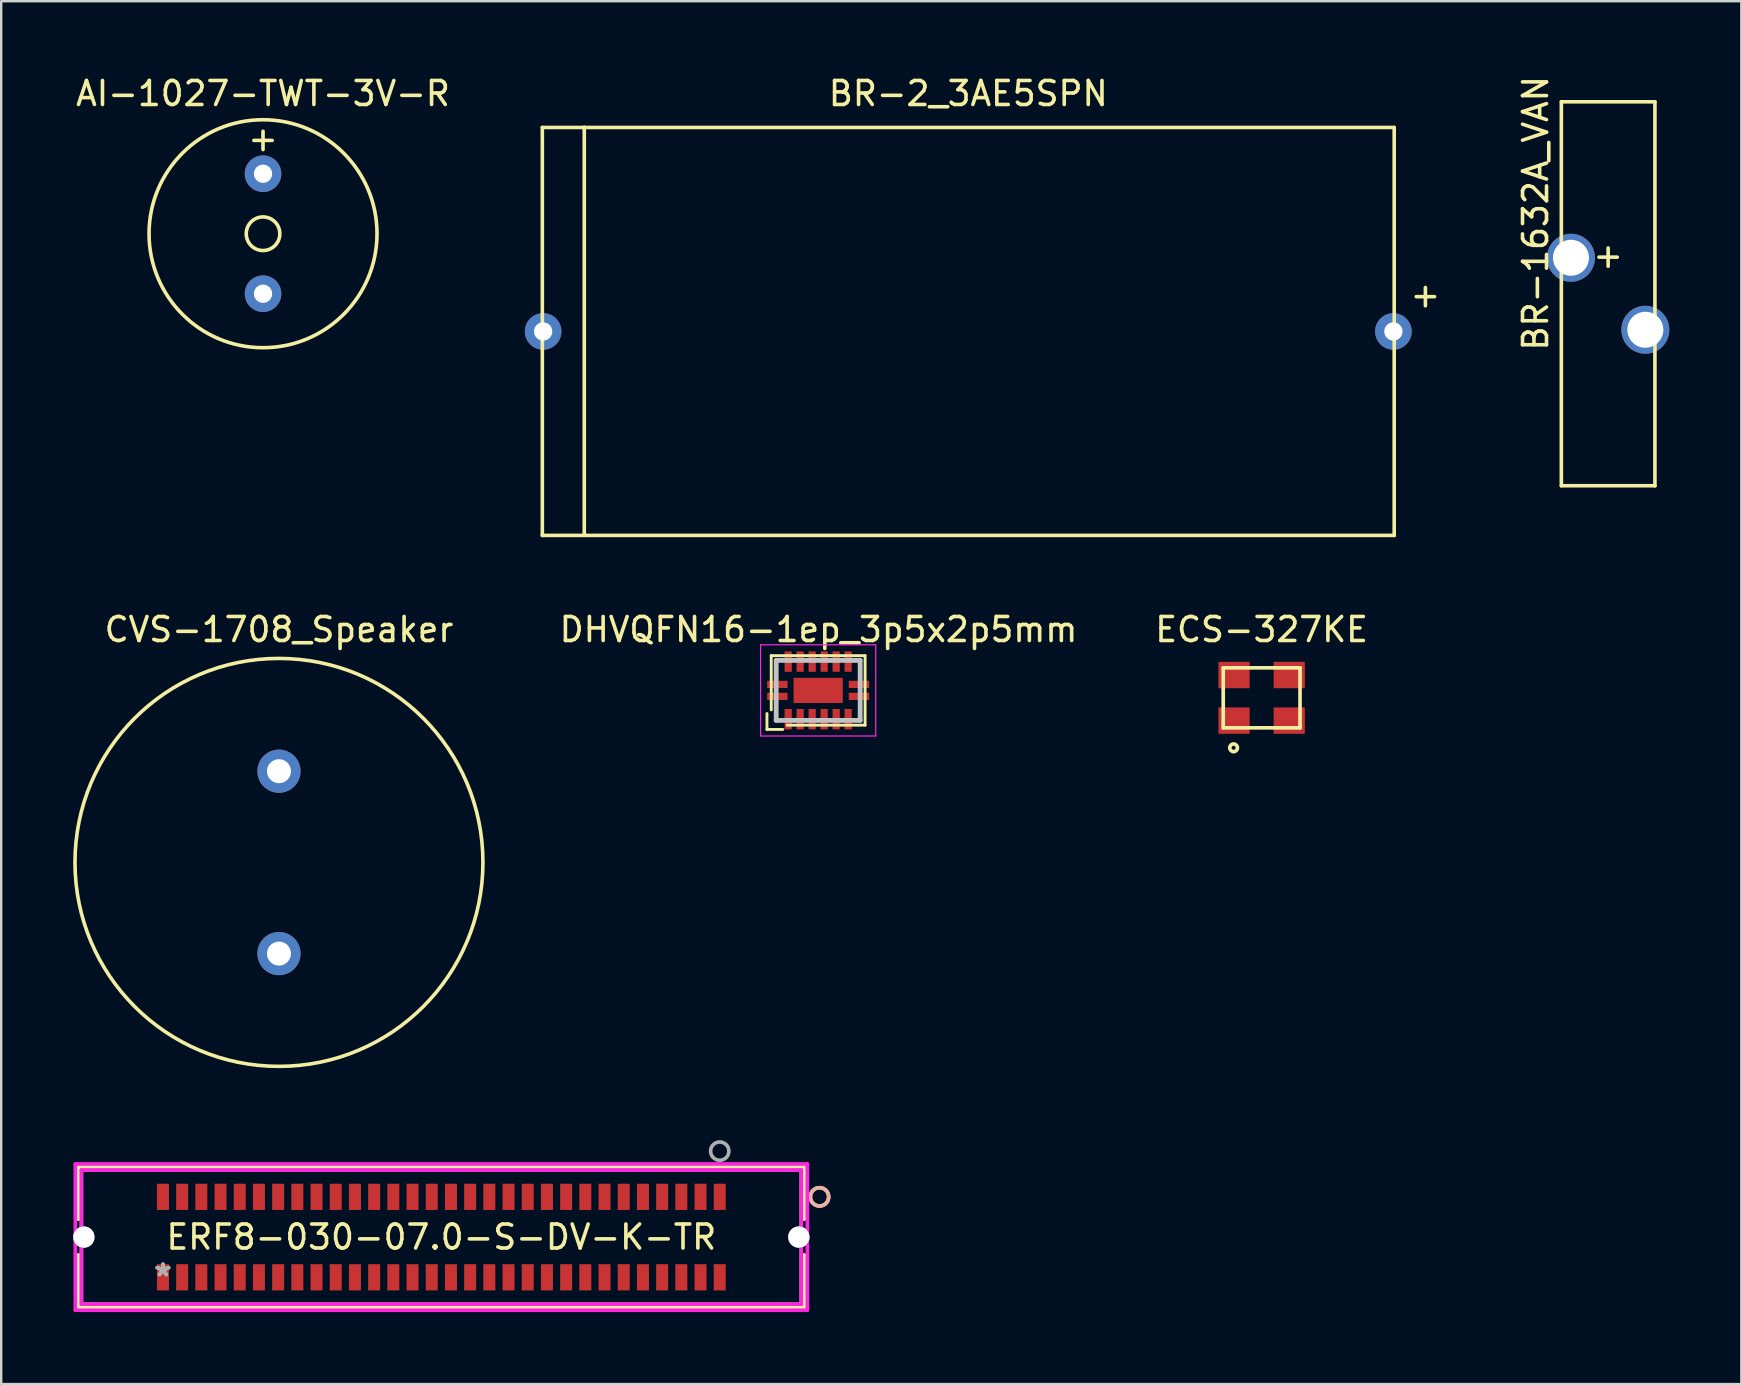
<source format=kicad_pcb>
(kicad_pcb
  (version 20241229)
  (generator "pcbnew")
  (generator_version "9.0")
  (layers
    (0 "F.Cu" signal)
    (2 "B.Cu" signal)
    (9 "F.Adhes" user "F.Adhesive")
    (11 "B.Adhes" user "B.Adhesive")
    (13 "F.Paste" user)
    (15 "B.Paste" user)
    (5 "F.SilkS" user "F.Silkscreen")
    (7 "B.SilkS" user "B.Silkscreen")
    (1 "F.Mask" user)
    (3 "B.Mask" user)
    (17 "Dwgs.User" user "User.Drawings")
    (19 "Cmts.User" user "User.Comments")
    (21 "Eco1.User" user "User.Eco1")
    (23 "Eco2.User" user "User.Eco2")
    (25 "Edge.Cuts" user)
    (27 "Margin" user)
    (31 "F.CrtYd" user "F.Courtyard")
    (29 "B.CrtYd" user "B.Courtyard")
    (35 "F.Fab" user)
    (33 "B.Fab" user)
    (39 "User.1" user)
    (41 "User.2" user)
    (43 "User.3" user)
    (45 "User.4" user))
  (footprint "BR-2_3AE5SPN"
    (layer "F.Cu")
    (at 37.3 10.762)
    (property "Reference" "BR-2_3AE5SPN" (at 0 -9.914 0) (layer "F.SilkS") (effects (font (size 1 1) (thickness 0.15))))
    (attr through_hole)
    (fp_line (start -17.75 -8.5) (end 17.75 -8.5) (stroke (width 0.15) (type solid)) (layer "F.SilkS"))
    (fp_line (start -17.75 8.5) (end -17.75 -8.5) (stroke (width 0.15) (type solid)) (layer "F.SilkS"))
    (fp_line (start -16.002 -8.509) (end -16.002 8.445) (stroke (width 0.15) (type solid)) (layer "F.SilkS"))
    (fp_line (start 17.75 -8.5) (end 17.75 8.5) (stroke (width 0.15) (type solid)) (layer "F.SilkS"))
    (fp_line (start 17.75 8.5) (end -17.75 8.5) (stroke (width 0.15) (type solid)) (layer "F.SilkS"))
    (fp_text user "+" (at 19.05 -1.524 0) (layer "F.SilkS") (effects (font (size 1 1) (thickness 0.15))))
    (pad "1" thru_hole circle (at 17.716 0) (size 1.524 1.524) (drill 0.762) (layers "*.Cu" "*.Mask"))
    (pad "2" thru_hole circle (at -17.716 0) (size 1.524 1.524) (drill 0.762) (layers "*.Cu" "*.Mask")))
  (footprint "BR-1632A_VAN"
    (layer "F.Cu")
    (at 63.965 9.192)
    (property "Reference" "BR-1632A_VAN" (at -3.023 -3.353 90) (layer "F.SilkS") (effects (font (size 1 1) (thickness 0.15))))
    (attr through_hole)
    (fp_line (start -1.95 -8) (end 1.95 -8) (stroke (width 0.15) (type solid)) (layer "F.SilkS"))
    (fp_line (start -1.95 8) (end -1.95 -8) (stroke (width 0.15) (type solid)) (layer "F.SilkS"))
    (fp_line (start 1.95 -8) (end 1.95 8) (stroke (width 0.15) (type solid)) (layer "F.SilkS"))
    (fp_line (start 1.95 8) (end -1.95 8) (stroke (width 0.15) (type solid)) (layer "F.SilkS"))
    (fp_text user "+" (at 0 -1.6 0) (layer "F.SilkS") (effects (font (size 1 1) (thickness 0.15))))
    (pad "1" thru_hole circle (at -1.55 -1.5) (size 2 2) (drill 1.5) (layers "*.Cu" "*.Mask"))
    (pad "2" thru_hole circle (at 1.55 1.5) (size 2 2) (drill 1.5) (layers "*.Cu" "*.Mask")))
  (footprint "CVS-1708_Speaker"
    (layer "F.Cu")
    (at 8.575 32.888)
    (property "Reference" "CVS-1708_Speaker" (at 0 -9.703 0) (layer "F.SilkS") (effects (font (size 1 1) (thickness 0.15))))
    (attr through_hole)
    (fp_circle (center 0 0) (end 8.5 0) (stroke (width 0.15) (type solid)) (fill no) (layer "F.SilkS"))
    (pad "1" thru_hole circle (at 0 -3.8) (size 1.8 1.8) (drill 1) (layers "*.Cu" "*.Mask"))
    (pad "2" thru_hole circle (at 0 3.8) (size 1.8 1.8) (drill 1) (layers "*.Cu" "*.Mask")))
  (footprint "DHVQFN16-1ep_3p5x2p5mm"
    (layer "F.Cu")
    (at 31.045 25.721)
    (property "Reference" "DHVQFN16-1ep_3p5x2p5mm" (at 0.015 -2.536 180) (layer "F.SilkS") (effects (font (size 1 1) (thickness 0.15))))
    (attr smd)
    (fp_line (start -2.134 0.965) (end -2.134 1.626) (stroke (width 0.12) (type solid)) (layer "F.SilkS"))
    (fp_line (start -1.956 -1.448) (end -1.956 0.813) (stroke (width 0.12) (type solid)) (layer "F.SilkS"))
    (fp_line (start -1.473 1.626) (end -2.134 1.626) (stroke (width 0.12) (type solid)) (layer "F.SilkS"))
    (fp_line (start 1.956 -1.448) (end -1.956 -1.448) (stroke (width 0.12) (type solid)) (layer "F.SilkS"))
    (fp_line (start 1.956 -1.448) (end 1.956 1.448) (stroke (width 0.12) (type solid)) (layer "F.SilkS"))
    (fp_line (start 1.956 1.448) (end -1.295 1.448) (stroke (width 0.12) (type solid)) (layer "F.SilkS"))
    (fp_line (start -1.75 -1.25) (end -1.75 1.25) (stroke (width 0.2) (type solid)) (layer "Dwgs.User"))
    (fp_line (start 1.75 -1.25) (end -1.75 -1.25) (stroke (width 0.2) (type solid)) (layer "Dwgs.User"))
    (fp_line (start 1.75 -1.25) (end 1.75 1.25) (stroke (width 0.2) (type solid)) (layer "Dwgs.User"))
    (fp_line (start 1.75 1.25) (end -1.75 1.25) (stroke (width 0.2) (type solid)) (layer "Dwgs.User"))
    (fp_line (start -2.4 -1.9) (end 2.4 -1.9) (stroke (width 0.05) (type solid)) (layer "F.CrtYd"))
    (fp_line (start -2.4 1.9) (end -2.4 -1.9) (stroke (width 0.05) (type solid)) (layer "F.CrtYd"))
    (fp_line (start 2.4 -1.9) (end 2.4 1.9) (stroke (width 0.05) (type solid)) (layer "F.CrtYd"))
    (fp_line (start 2.4 1.9) (end -2.4 1.9) (stroke (width 0.05) (type solid)) (layer "F.CrtYd"))
    (pad "1" smd rect (at -1.7 0.25 180) (size 0.85 0.3) (layers "F.Cu" "F.Mask" "F.Paste"))
    (pad "2" smd rect (at -1.25 1.2 90) (size 0.85 0.3) (layers "F.Cu" "F.Mask" "F.Paste"))
    (pad "3" smd rect (at -0.75 1.2 90) (size 0.85 0.3) (layers "F.Cu" "F.Mask" "F.Paste"))
    (pad "4" smd rect (at -0.25 1.2 90) (size 0.85 0.3) (layers "F.Cu" "F.Mask" "F.Paste"))
    (pad "5" smd rect (at 0.25 1.2 90) (size 0.85 0.3) (layers "F.Cu" "F.Mask" "F.Paste"))
    (pad "6" smd rect (at 0.75 1.2 90) (size 0.85 0.3) (layers "F.Cu" "F.Mask" "F.Paste"))
    (pad "7" smd rect (at 1.25 1.2 90) (size 0.85 0.3) (layers "F.Cu" "F.Mask" "F.Paste"))
    (pad "8" smd rect (at 1.7 0.25 180) (size 0.85 0.3) (layers "F.Cu" "F.Mask" "F.Paste"))
    (pad "9" smd rect (at 1.7 -0.25 180) (size 0.85 0.3) (layers "F.Cu" "F.Mask" "F.Paste"))
    (pad "10" smd rect (at 1.25 -1.2 90) (size 0.85 0.3) (layers "F.Cu" "F.Mask" "F.Paste"))
    (pad "11" smd rect (at 0.75 -1.2 90) (size 0.85 0.3) (layers "F.Cu" "F.Mask" "F.Paste"))
    (pad "12" smd rect (at 0.25 -1.2 90) (size 0.85 0.3) (layers "F.Cu" "F.Mask" "F.Paste"))
    (pad "13" smd rect (at -0.25 -1.2 90) (size 0.85 0.3) (layers "F.Cu" "F.Mask" "F.Paste"))
    (pad "14" smd rect (at -0.75 -1.2 90) (size 0.85 0.3) (layers "F.Cu" "F.Mask" "F.Paste"))
    (pad "15" smd rect (at -1.25 -1.2 90) (size 0.85 0.3) (layers "F.Cu" "F.Mask" "F.Paste"))
    (pad "16" smd rect (at -1.7 -0.25 180) (size 0.85 0.3) (layers "F.Cu" "F.Mask" "F.Paste"))
    (pad "17" smd rect (at 0 0) (size 2.05 1.05) (layers "F.Cu" "F.Mask" "F.Paste")))
  (footprint "AI-1027-TWT-3V-R"
    (layer "F.Cu")
    (at 7.911 6.69)
    (property "Reference" "AI-1027-TWT-3V-R" (at 0 -5.842 0) (layer "F.SilkS") (effects (font (size 1 1) (thickness 0.15))))
    (attr through_hole)
    (fp_circle (center 0 0) (end 0.7 0) (stroke (width 0.15) (type solid)) (fill no) (layer "F.SilkS"))
    (fp_circle (center 0 0) (end 4.75 0) (stroke (width 0.15) (type solid)) (fill no) (layer "F.SilkS"))
    (fp_text user "+" (at 0 -3.962 0) (layer "F.SilkS") (effects (font (size 1 1) (thickness 0.15))))
    (pad "1" thru_hole circle (at 0 -2.5) (size 1.524 1.524) (drill 0.762) (layers "*.Cu" "*.Mask"))
    (pad "2" thru_hole circle (at 0 2.5) (size 1.524 1.524) (drill 0.762) (layers "*.Cu" "*.Mask")))
  (footprint "ECS-327KE"
    (layer "F.Cu")
    (at 49.525 26.03)
    (property "Reference" "ECS-327KE" (at 0 -2.845 0) (layer "F.SilkS") (effects (font (size 1 1) (thickness 0.15))))
    (attr through_hole)
    (fp_line (start -1.6 -1.25) (end 1.6 -1.25) (stroke (width 0.152) (type solid)) (layer "F.SilkS"))
    (fp_line (start -1.6 1.25) (end -1.6 -1.25) (stroke (width 0.152) (type solid)) (layer "F.SilkS"))
    (fp_line (start 1.6 -1.25) (end 1.6 1.25) (stroke (width 0.152) (type solid)) (layer "F.SilkS"))
    (fp_line (start 1.6 1.25) (end -1.6 1.25) (stroke (width 0.152) (type solid)) (layer "F.SilkS"))
    (fp_circle (center -1.168 2.083) (end -1.016 2.032) (stroke (width 0.152) (type solid)) (fill no) (layer "F.SilkS"))
    (pad "1" smd rect (at -1.15 0.95) (size 1.3 1.1) (layers "F.Cu" "F.Mask" "F.Paste"))
    (pad "2" smd rect (at 1.15 0.95) (size 1.3 1.1) (layers "F.Cu" "F.Mask" "F.Paste"))
    (pad "3" smd rect (at 1.15 -0.95) (size 1.3 1.1) (layers "F.Cu" "F.Mask" "F.Paste"))
    (pad "4" smd rect (at -1.15 -0.95) (size 1.3 1.1) (layers "F.Cu" "F.Mask" "F.Paste")))
  (footprint "ERF8-030-07.0-S-DV-K-TR"
    (layer "F.Cu")
    (at 3.74 50.178)
    (property "Reference" "ERF8-030-07.0-S-DV-K-TR" (at 11.601 -1.676 0) (layer "F.SilkS") (effects (font (size 1 1) (thickness 0.15))))
    (attr through_hole)
    (fp_line (start -3.524 -4.597) (end -3.524 -2.419) (stroke (width 0.152) (type solid)) (layer "F.SilkS"))
    (fp_line (start -3.524 -0.934) (end -3.524 1.245) (stroke (width 0.152) (type solid)) (layer "F.SilkS"))
    (fp_line (start -3.524 1.245) (end 26.727 1.245) (stroke (width 0.152) (type solid)) (layer "F.SilkS"))
    (fp_line (start 26.727 -4.597) (end -3.524 -4.597) (stroke (width 0.152) (type solid)) (layer "F.SilkS"))
    (fp_line (start 26.727 -2.419) (end 26.727 -4.597) (stroke (width 0.152) (type solid)) (layer "F.SilkS"))
    (fp_line (start 26.727 1.245) (end 26.727 -0.934) (stroke (width 0.152) (type solid)) (layer "F.SilkS"))
    (fp_circle (center 27.362 -3.353) (end 27.743 -3.353) (stroke (width 0.152) (type solid)) (fill no) (layer "F.SilkS"))
    (fp_circle (center 27.362 -3.353) (end 27.743 -3.353) (stroke (width 0.152) (type solid)) (fill no) (layer "B.SilkS"))
    (fp_line (start -3.651 -4.724) (end -3.651 1.372) (stroke (width 0.152) (type solid)) (layer "F.CrtYd"))
    (fp_line (start -3.651 1.372) (end 26.854 1.372) (stroke (width 0.152) (type solid)) (layer "F.CrtYd"))
    (fp_line (start -3.397 -4.47) (end -3.397 1.118) (stroke (width 0.152) (type solid)) (layer "F.CrtYd"))
    (fp_line (start -3.397 1.118) (end 26.6 1.118) (stroke (width 0.152) (type solid)) (layer "F.CrtYd"))
    (fp_line (start 26.6 -4.47) (end -3.397 -4.47) (stroke (width 0.152) (type solid)) (layer "F.CrtYd"))
    (fp_line (start 26.6 1.118) (end 26.6 -4.47) (stroke (width 0.152) (type solid)) (layer "F.CrtYd"))
    (fp_line (start 26.854 -4.724) (end -3.651 -4.724) (stroke (width 0.152) (type solid)) (layer "F.CrtYd"))
    (fp_line (start 26.854 1.372) (end 26.854 -4.724) (stroke (width 0.152) (type solid)) (layer "F.CrtYd"))
    (fp_line (start -3.397 -4.47) (end -3.397 1.118) (stroke (width 0.152) (type solid)) (layer "F.Fab"))
    (fp_line (start -3.397 1.118) (end 26.6 1.118) (stroke (width 0.152) (type solid)) (layer "F.Fab"))
    (fp_line (start 26.6 -4.47) (end -3.397 -4.47) (stroke (width 0.152) (type solid)) (layer "F.Fab"))
    (fp_line (start 26.6 1.118) (end 26.6 -4.47) (stroke (width 0.152) (type solid)) (layer "F.Fab"))
    (fp_circle (center 23.203 -5.258) (end 23.584 -5.258) (stroke (width 0.152) (type solid)) (fill no) (layer "F.Fab"))
    (fp_text user "*" (at 0 0 0) (layer "F.SilkS") (effects (font (size 1 1) (thickness 0.15))))
    (fp_text user "Copyright 2016 Accelerated Designs. All rights reserved." (at 0 0 0) (layer "Cmts.User") (effects (font (size 0.127 0.127) (thickness 0.002))))
    (fp_text user "*" (at 0 0 0) (layer "F.Fab") (effects (font (size 1 1) (thickness 0.15))))
    (pad "1" smd rect (at 23.203 -3.353) (size 0.5 1.092) (layers "F.Cu" "F.Mask" "F.Paste"))
    (pad "2" smd rect (at 23.203 0) (size 0.5 1.092) (layers "F.Cu" "F.Mask" "F.Paste"))
    (pad "3" smd rect (at 22.403 -3.353) (size 0.5 1.092) (layers "F.Cu" "F.Mask" "F.Paste"))
    (pad "4" smd rect (at 22.403 0) (size 0.5 1.092) (layers "F.Cu" "F.Mask" "F.Paste"))
    (pad "5" smd rect (at 21.603 -3.353) (size 0.5 1.092) (layers "F.Cu" "F.Mask" "F.Paste"))
    (pad "6" smd rect (at 21.603 0) (size 0.5 1.092) (layers "F.Cu" "F.Mask" "F.Paste"))
    (pad "7" smd rect (at 20.803 -3.353) (size 0.5 1.092) (layers "F.Cu" "F.Mask" "F.Paste"))
    (pad "8" smd rect (at 20.803 0) (size 0.5 1.092) (layers "F.Cu" "F.Mask" "F.Paste"))
    (pad "9" smd rect (at 20.003 -3.353) (size 0.5 1.092) (layers "F.Cu" "F.Mask" "F.Paste"))
    (pad "10" smd rect (at 20.003 0) (size 0.5 1.092) (layers "F.Cu" "F.Mask" "F.Paste"))
    (pad "11" smd rect (at 19.202 -3.353) (size 0.5 1.092) (layers "F.Cu" "F.Mask" "F.Paste"))
    (pad "12" smd rect (at 19.202 0) (size 0.5 1.092) (layers "F.Cu" "F.Mask" "F.Paste"))
    (pad "13" smd rect (at 18.402 -3.353) (size 0.5 1.092) (layers "F.Cu" "F.Mask" "F.Paste"))
    (pad "14" smd rect (at 18.402 0) (size 0.5 1.092) (layers "F.Cu" "F.Mask" "F.Paste"))
    (pad "15" smd rect (at 17.602 -3.353) (size 0.5 1.092) (layers "F.Cu" "F.Mask" "F.Paste"))
    (pad "16" smd rect (at 17.602 0) (size 0.5 1.092) (layers "F.Cu" "F.Mask" "F.Paste"))
    (pad "17" smd rect (at 16.802 -3.353) (size 0.5 1.092) (layers "F.Cu" "F.Mask" "F.Paste"))
    (pad "18" smd rect (at 16.802 0) (size 0.5 1.092) (layers "F.Cu" "F.Mask" "F.Paste"))
    (pad "19" smd rect (at 16.002 -3.353) (size 0.5 1.092) (layers "F.Cu" "F.Mask" "F.Paste"))
    (pad "20" smd rect (at 16.002 0) (size 0.5 1.092) (layers "F.Cu" "F.Mask" "F.Paste"))
    (pad "21" smd rect (at 15.202 -3.353) (size 0.5 1.092) (layers "F.Cu" "F.Mask" "F.Paste"))
    (pad "22" smd rect (at 15.202 0) (size 0.5 1.092) (layers "F.Cu" "F.Mask" "F.Paste"))
    (pad "23" smd rect (at 14.402 -3.353) (size 0.5 1.092) (layers "F.Cu" "F.Mask" "F.Paste"))
    (pad "24" smd rect (at 14.402 0) (size 0.5 1.092) (layers "F.Cu" "F.Mask" "F.Paste"))
    (pad "25" smd rect (at 13.602 -3.353) (size 0.5 1.092) (layers "F.Cu" "F.Mask" "F.Paste"))
    (pad "26" smd rect (at 13.602 0) (size 0.5 1.092) (layers "F.Cu" "F.Mask" "F.Paste"))
    (pad "27" smd rect (at 12.802 -3.353) (size 0.5 1.092) (layers "F.Cu" "F.Mask" "F.Paste"))
    (pad "28" smd rect (at 12.802 0) (size 0.5 1.092) (layers "F.Cu" "F.Mask" "F.Paste"))
    (pad "29" smd rect (at 12.002 -3.353) (size 0.5 1.092) (layers "F.Cu" "F.Mask" "F.Paste"))
    (pad "30" smd rect (at 12.002 0) (size 0.5 1.092) (layers "F.Cu" "F.Mask" "F.Paste"))
    (pad "31" smd rect (at 11.201 -3.353) (size 0.5 1.092) (layers "F.Cu" "F.Mask" "F.Paste"))
    (pad "32" smd rect (at 11.201 0) (size 0.5 1.092) (layers "F.Cu" "F.Mask" "F.Paste"))
    (pad "33" smd rect (at 10.401 -3.353) (size 0.5 1.092) (layers "F.Cu" "F.Mask" "F.Paste"))
    (pad "34" smd rect (at 10.401 0) (size 0.5 1.092) (layers "F.Cu" "F.Mask" "F.Paste"))
    (pad "35" smd rect (at 9.601 -3.353) (size 0.5 1.092) (layers "F.Cu" "F.Mask" "F.Paste"))
    (pad "36" smd rect (at 9.601 0) (size 0.5 1.092) (layers "F.Cu" "F.Mask" "F.Paste"))
    (pad "37" smd rect (at 8.801 -3.353) (size 0.5 1.092) (layers "F.Cu" "F.Mask" "F.Paste"))
    (pad "38" smd rect (at 8.801 0) (size 0.5 1.092) (layers "F.Cu" "F.Mask" "F.Paste"))
    (pad "39" smd rect (at 8.001 -3.353) (size 0.5 1.092) (layers "F.Cu" "F.Mask" "F.Paste"))
    (pad "40" smd rect (at 8.001 0) (size 0.5 1.092) (layers "F.Cu" "F.Mask" "F.Paste"))
    (pad "41" smd rect (at 7.201 -3.353) (size 0.5 1.092) (layers "F.Cu" "F.Mask" "F.Paste"))
    (pad "42" smd rect (at 7.201 0) (size 0.5 1.092) (layers "F.Cu" "F.Mask" "F.Paste"))
    (pad "43" smd rect (at 6.401 -3.353) (size 0.5 1.092) (layers "F.Cu" "F.Mask" "F.Paste"))
    (pad "44" smd rect (at 6.401 0) (size 0.5 1.092) (layers "F.Cu" "F.Mask" "F.Paste"))
    (pad "45" smd rect (at 5.601 -3.353) (size 0.5 1.092) (layers "F.Cu" "F.Mask" "F.Paste"))
    (pad "46" smd rect (at 5.601 0) (size 0.5 1.092) (layers "F.Cu" "F.Mask" "F.Paste"))
    (pad "47" smd rect (at 4.801 -3.353) (size 0.5 1.092) (layers "F.Cu" "F.Mask" "F.Paste"))
    (pad "48" smd rect (at 4.801 0) (size 0.5 1.092) (layers "F.Cu" "F.Mask" "F.Paste"))
    (pad "49" smd rect (at 4 -3.353) (size 0.5 1.092) (layers "F.Cu" "F.Mask" "F.Paste"))
    (pad "50" smd rect (at 4 0) (size 0.5 1.092) (layers "F.Cu" "F.Mask" "F.Paste"))
    (pad "51" smd rect (at 3.2 -3.353) (size 0.5 1.092) (layers "F.Cu" "F.Mask" "F.Paste"))
    (pad "52" smd rect (at 3.2 0) (size 0.5 1.092) (layers "F.Cu" "F.Mask" "F.Paste"))
    (pad "53" smd rect (at 2.4 -3.353) (size 0.5 1.092) (layers "F.Cu" "F.Mask" "F.Paste"))
    (pad "54" smd rect (at 2.4 0) (size 0.5 1.092) (layers "F.Cu" "F.Mask" "F.Paste"))
    (pad "55" smd rect (at 1.6 -3.353) (size 0.5 1.092) (layers "F.Cu" "F.Mask" "F.Paste"))
    (pad "56" smd rect (at 1.6 0) (size 0.5 1.092) (layers "F.Cu" "F.Mask" "F.Paste"))
    (pad "57" smd rect (at 0.8 -3.353) (size 0.5 1.092) (layers "F.Cu" "F.Mask" "F.Paste"))
    (pad "58" smd rect (at 0.8 0) (size 0.5 1.092) (layers "F.Cu" "F.Mask" "F.Paste"))
    (pad "59" smd rect (at 0 -3.353) (size 0.5 1.092) (layers "F.Cu" "F.Mask" "F.Paste"))
    (pad "60" smd rect (at 0 0) (size 0.5 1.092) (layers "F.Cu" "F.Mask" "F.Paste"))
    (pad "61" thru_hole circle (at -3.296 -1.676) (size 0.889 0.889) (drill 0.889) (layers "*.Cu" "*.Mask"))
    (pad "62" thru_hole circle (at 26.499 -1.676) (size 0.889 0.889) (drill 0.889) (layers "*.Cu" "*.Mask")))
  (gr_rect
    (start -3 -3)
    (end 69.515 54.626)
    (stroke (width 0.1) (type default))
    (fill no)
    (layer "Edge.Cuts")))
</source>
